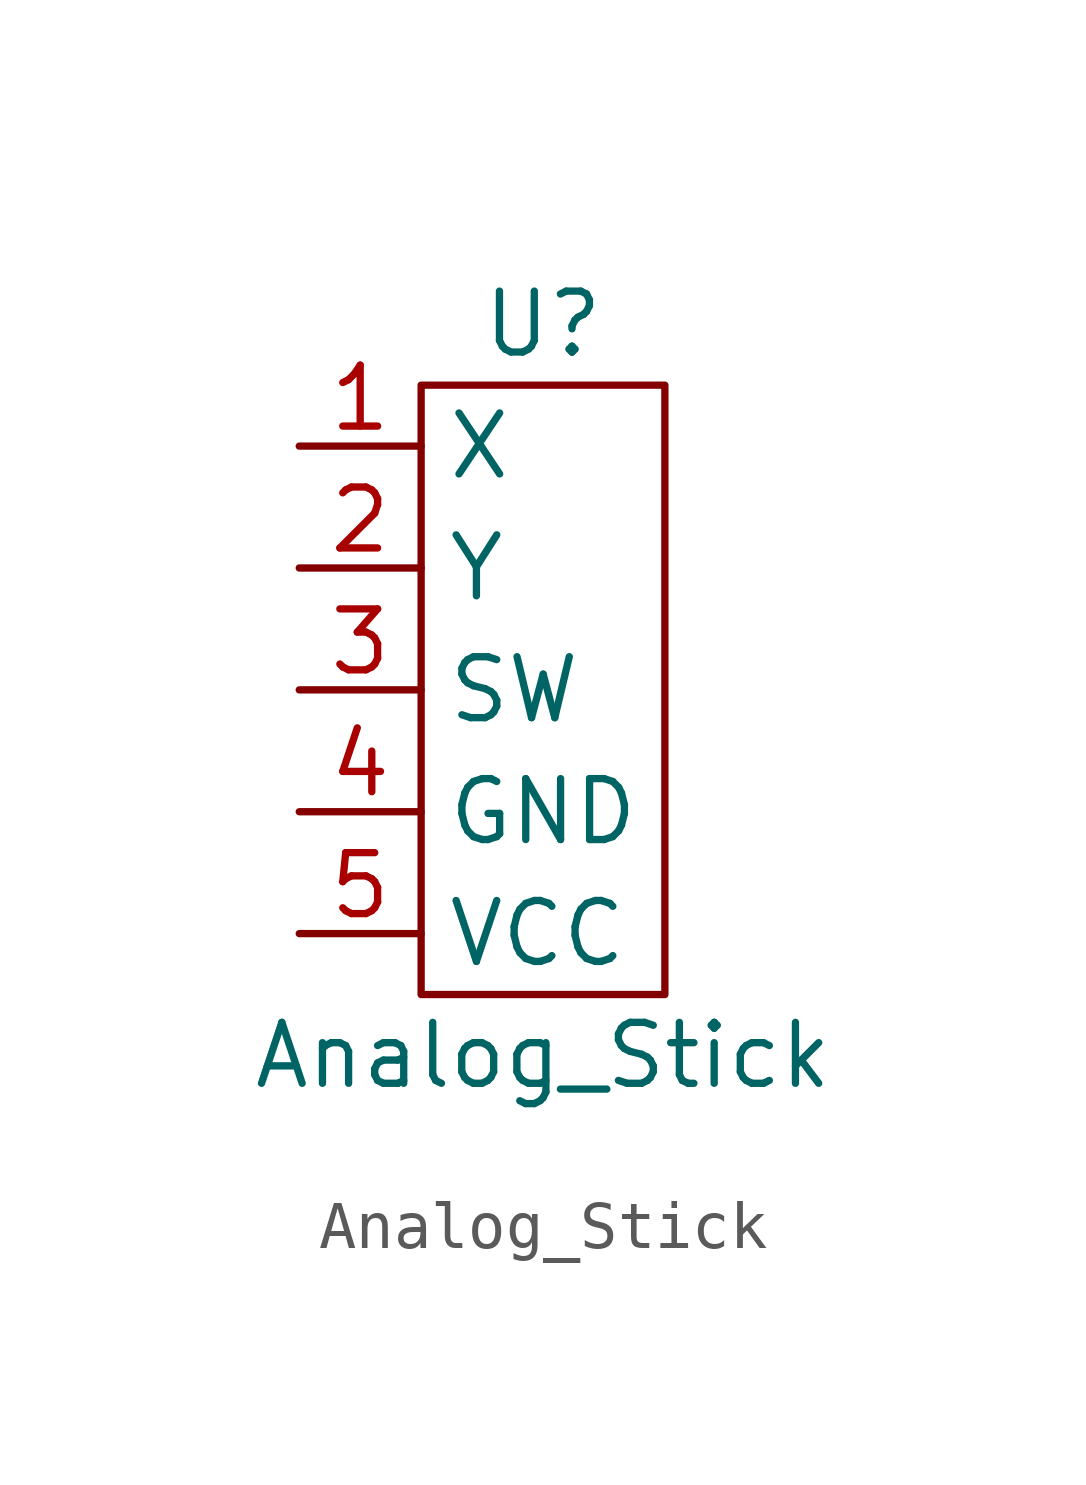
<source format=kicad_sym>
(kicad_symbol_lib
  (version 20211014)
  (generator kicad_symbol_editor)
  (symbol "Analog_Stick"
    (property "Reference" "U"
      (at 0 7.62 0)
      (effects (font (size 1.27 1.27))))
    (property "Value" "Analog_Stick"
      (at 0 -7.62 0)
      (effects (font (size 1.27 1.27))))
    (symbol "Analog_Stick_0_1"
      (rectangle (start -2.54 6.35) (end 2.54 -6.35) (stroke (width 0) (type default) (color 0 0 0 0)) (fill (type none))))
    (symbol "Analog_Stick_1_1"
      (pin passive line (at -5.08 5.08 0) (length 2.54) (name "X" (effects (font (size 1.27 1.27)))) (number "1" (effects (font (size 1.27 1.27)))))
      (pin passive line (at -5.08 2.54 0) (length 2.54) (name "Y" (effects (font (size 1.27 1.27)))) (number "2" (effects (font (size 1.27 1.27)))))
      (pin passive line (at -5.08 0 0) (length 2.54) (name "SW" (effects (font (size 1.27 1.27)))) (number "3" (effects (font (size 1.27 1.27)))))
      (pin passive line (at -5.08 -2.54 0) (length 2.54) (name "GND" (effects (font (size 1.27 1.27)))) (number "4" (effects (font (size 1.27 1.27)))))
      (pin passive line (at -5.08 -5.08 0) (length 2.54) (name "VCC" (effects (font (size 1.27 1.27)))) (number "5" (effects (font (size 1.27 1.27))))))))
</source>
